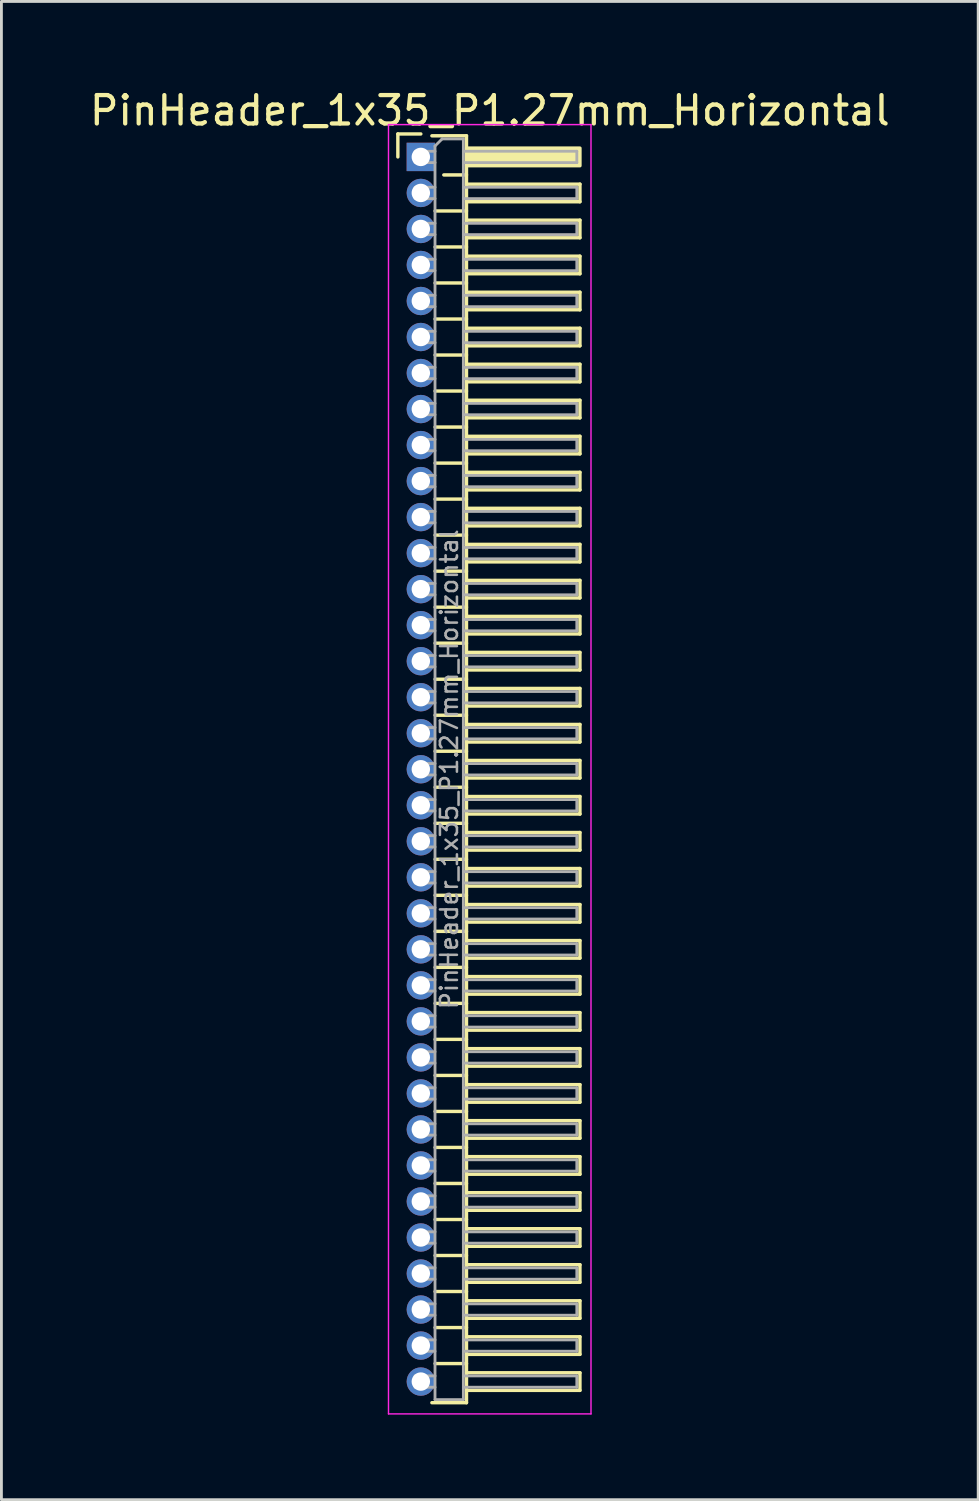
<source format=kicad_pcb>
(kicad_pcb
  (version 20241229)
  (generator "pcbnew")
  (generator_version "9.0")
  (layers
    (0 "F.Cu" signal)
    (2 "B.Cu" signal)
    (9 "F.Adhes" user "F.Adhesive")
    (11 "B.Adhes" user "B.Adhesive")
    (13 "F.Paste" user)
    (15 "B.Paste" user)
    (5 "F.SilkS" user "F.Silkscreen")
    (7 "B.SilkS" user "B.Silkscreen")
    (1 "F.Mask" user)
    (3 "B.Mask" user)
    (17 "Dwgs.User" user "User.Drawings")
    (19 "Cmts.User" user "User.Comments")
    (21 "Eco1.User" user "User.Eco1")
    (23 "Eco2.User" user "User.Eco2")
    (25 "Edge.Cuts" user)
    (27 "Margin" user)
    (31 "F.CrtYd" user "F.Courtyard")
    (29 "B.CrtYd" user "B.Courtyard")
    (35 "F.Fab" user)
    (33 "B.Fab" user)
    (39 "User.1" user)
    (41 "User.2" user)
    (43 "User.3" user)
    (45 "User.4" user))
  (footprint "PinHeader_1x35_P1.27mm_Horizontal"
    (layer "F.Cu")
    (at 11.788 2.483)
    (property "Reference" "PinHeader_1x35_P1.27mm_Horizontal" (at 2.433 -1.635 0) (layer "F.SilkS") (effects (font (size 1 1) (thickness 0.15))))
    (attr through_hole)
    (fp_line (start -0.81 -0.81) (end 0 -0.81) (stroke (width 0.12) (type solid)) (layer "F.SilkS"))
    (fp_line (start -0.81 0) (end -0.81 -0.81) (stroke (width 0.12) (type solid)) (layer "F.SilkS"))
    (fp_line (start 0.39 -0.745) (end 1.61 -0.745) (stroke (width 0.12) (type solid)) (layer "F.SilkS"))
    (fp_line (start 0.503 1.905) (end 1.61 1.905) (stroke (width 0.12) (type solid)) (layer "F.SilkS"))
    (fp_line (start 0.503 3.175) (end 1.61 3.175) (stroke (width 0.12) (type solid)) (layer "F.SilkS"))
    (fp_line (start 0.503 4.445) (end 1.61 4.445) (stroke (width 0.12) (type solid)) (layer "F.SilkS"))
    (fp_line (start 0.503 5.715) (end 1.61 5.715) (stroke (width 0.12) (type solid)) (layer "F.SilkS"))
    (fp_line (start 0.503 6.985) (end 1.61 6.985) (stroke (width 0.12) (type solid)) (layer "F.SilkS"))
    (fp_line (start 0.503 8.255) (end 1.61 8.255) (stroke (width 0.12) (type solid)) (layer "F.SilkS"))
    (fp_line (start 0.503 9.525) (end 1.61 9.525) (stroke (width 0.12) (type solid)) (layer "F.SilkS"))
    (fp_line (start 0.503 10.795) (end 1.61 10.795) (stroke (width 0.12) (type solid)) (layer "F.SilkS"))
    (fp_line (start 0.503 12.065) (end 1.61 12.065) (stroke (width 0.12) (type solid)) (layer "F.SilkS"))
    (fp_line (start 0.503 13.335) (end 1.61 13.335) (stroke (width 0.12) (type solid)) (layer "F.SilkS"))
    (fp_line (start 0.503 14.605) (end 1.61 14.605) (stroke (width 0.12) (type solid)) (layer "F.SilkS"))
    (fp_line (start 0.503 15.875) (end 1.61 15.875) (stroke (width 0.12) (type solid)) (layer "F.SilkS"))
    (fp_line (start 0.503 17.145) (end 1.61 17.145) (stroke (width 0.12) (type solid)) (layer "F.SilkS"))
    (fp_line (start 0.503 18.415) (end 1.61 18.415) (stroke (width 0.12) (type solid)) (layer "F.SilkS"))
    (fp_line (start 0.503 19.685) (end 1.61 19.685) (stroke (width 0.12) (type solid)) (layer "F.SilkS"))
    (fp_line (start 0.503 20.955) (end 1.61 20.955) (stroke (width 0.12) (type solid)) (layer "F.SilkS"))
    (fp_line (start 0.503 22.225) (end 1.61 22.225) (stroke (width 0.12) (type solid)) (layer "F.SilkS"))
    (fp_line (start 0.503 23.495) (end 1.61 23.495) (stroke (width 0.12) (type solid)) (layer "F.SilkS"))
    (fp_line (start 0.503 24.765) (end 1.61 24.765) (stroke (width 0.12) (type solid)) (layer "F.SilkS"))
    (fp_line (start 0.503 26.035) (end 1.61 26.035) (stroke (width 0.12) (type solid)) (layer "F.SilkS"))
    (fp_line (start 0.503 27.305) (end 1.61 27.305) (stroke (width 0.12) (type solid)) (layer "F.SilkS"))
    (fp_line (start 0.503 28.575) (end 1.61 28.575) (stroke (width 0.12) (type solid)) (layer "F.SilkS"))
    (fp_line (start 0.503 29.845) (end 1.61 29.845) (stroke (width 0.12) (type solid)) (layer "F.SilkS"))
    (fp_line (start 0.503 31.115) (end 1.61 31.115) (stroke (width 0.12) (type solid)) (layer "F.SilkS"))
    (fp_line (start 0.503 32.385) (end 1.61 32.385) (stroke (width 0.12) (type solid)) (layer "F.SilkS"))
    (fp_line (start 0.503 33.655) (end 1.61 33.655) (stroke (width 0.12) (type solid)) (layer "F.SilkS"))
    (fp_line (start 0.503 34.925) (end 1.61 34.925) (stroke (width 0.12) (type solid)) (layer "F.SilkS"))
    (fp_line (start 0.503 36.195) (end 1.61 36.195) (stroke (width 0.12) (type solid)) (layer "F.SilkS"))
    (fp_line (start 0.503 37.465) (end 1.61 37.465) (stroke (width 0.12) (type solid)) (layer "F.SilkS"))
    (fp_line (start 0.503 38.735) (end 1.61 38.735) (stroke (width 0.12) (type solid)) (layer "F.SilkS"))
    (fp_line (start 0.503 40.005) (end 1.61 40.005) (stroke (width 0.12) (type solid)) (layer "F.SilkS"))
    (fp_line (start 0.503 41.275) (end 1.61 41.275) (stroke (width 0.12) (type solid)) (layer "F.SilkS"))
    (fp_line (start 0.503 42.545) (end 1.61 42.545) (stroke (width 0.12) (type solid)) (layer "F.SilkS"))
    (fp_line (start 0.81 0.635) (end 1.61 0.635) (stroke (width 0.12) (type solid)) (layer "F.SilkS"))
    (fp_line (start 1.61 -0.745) (end 1.61 43.925) (stroke (width 0.12) (type solid)) (layer "F.SilkS"))
    (fp_line (start 1.61 0.96) (end 5.61 0.96) (stroke (width 0.12) (type solid)) (layer "F.SilkS"))
    (fp_line (start 1.61 2.23) (end 5.61 2.23) (stroke (width 0.12) (type solid)) (layer "F.SilkS"))
    (fp_line (start 1.61 3.5) (end 5.61 3.5) (stroke (width 0.12) (type solid)) (layer "F.SilkS"))
    (fp_line (start 1.61 4.77) (end 5.61 4.77) (stroke (width 0.12) (type solid)) (layer "F.SilkS"))
    (fp_line (start 1.61 6.04) (end 5.61 6.04) (stroke (width 0.12) (type solid)) (layer "F.SilkS"))
    (fp_line (start 1.61 7.31) (end 5.61 7.31) (stroke (width 0.12) (type solid)) (layer "F.SilkS"))
    (fp_line (start 1.61 8.58) (end 5.61 8.58) (stroke (width 0.12) (type solid)) (layer "F.SilkS"))
    (fp_line (start 1.61 9.85) (end 5.61 9.85) (stroke (width 0.12) (type solid)) (layer "F.SilkS"))
    (fp_line (start 1.61 11.12) (end 5.61 11.12) (stroke (width 0.12) (type solid)) (layer "F.SilkS"))
    (fp_line (start 1.61 12.39) (end 5.61 12.39) (stroke (width 0.12) (type solid)) (layer "F.SilkS"))
    (fp_line (start 1.61 13.66) (end 5.61 13.66) (stroke (width 0.12) (type solid)) (layer "F.SilkS"))
    (fp_line (start 1.61 14.93) (end 5.61 14.93) (stroke (width 0.12) (type solid)) (layer "F.SilkS"))
    (fp_line (start 1.61 16.2) (end 5.61 16.2) (stroke (width 0.12) (type solid)) (layer "F.SilkS"))
    (fp_line (start 1.61 17.47) (end 5.61 17.47) (stroke (width 0.12) (type solid)) (layer "F.SilkS"))
    (fp_line (start 1.61 18.74) (end 5.61 18.74) (stroke (width 0.12) (type solid)) (layer "F.SilkS"))
    (fp_line (start 1.61 20.01) (end 5.61 20.01) (stroke (width 0.12) (type solid)) (layer "F.SilkS"))
    (fp_line (start 1.61 21.28) (end 5.61 21.28) (stroke (width 0.12) (type solid)) (layer "F.SilkS"))
    (fp_line (start 1.61 22.55) (end 5.61 22.55) (stroke (width 0.12) (type solid)) (layer "F.SilkS"))
    (fp_line (start 1.61 23.82) (end 5.61 23.82) (stroke (width 0.12) (type solid)) (layer "F.SilkS"))
    (fp_line (start 1.61 25.09) (end 5.61 25.09) (stroke (width 0.12) (type solid)) (layer "F.SilkS"))
    (fp_line (start 1.61 26.36) (end 5.61 26.36) (stroke (width 0.12) (type solid)) (layer "F.SilkS"))
    (fp_line (start 1.61 27.63) (end 5.61 27.63) (stroke (width 0.12) (type solid)) (layer "F.SilkS"))
    (fp_line (start 1.61 28.9) (end 5.61 28.9) (stroke (width 0.12) (type solid)) (layer "F.SilkS"))
    (fp_line (start 1.61 30.17) (end 5.61 30.17) (stroke (width 0.12) (type solid)) (layer "F.SilkS"))
    (fp_line (start 1.61 31.44) (end 5.61 31.44) (stroke (width 0.12) (type solid)) (layer "F.SilkS"))
    (fp_line (start 1.61 32.71) (end 5.61 32.71) (stroke (width 0.12) (type solid)) (layer "F.SilkS"))
    (fp_line (start 1.61 33.98) (end 5.61 33.98) (stroke (width 0.12) (type solid)) (layer "F.SilkS"))
    (fp_line (start 1.61 35.25) (end 5.61 35.25) (stroke (width 0.12) (type solid)) (layer "F.SilkS"))
    (fp_line (start 1.61 36.52) (end 5.61 36.52) (stroke (width 0.12) (type solid)) (layer "F.SilkS"))
    (fp_line (start 1.61 37.79) (end 5.61 37.79) (stroke (width 0.12) (type solid)) (layer "F.SilkS"))
    (fp_line (start 1.61 39.06) (end 5.61 39.06) (stroke (width 0.12) (type solid)) (layer "F.SilkS"))
    (fp_line (start 1.61 40.33) (end 5.61 40.33) (stroke (width 0.12) (type solid)) (layer "F.SilkS"))
    (fp_line (start 1.61 41.6) (end 5.61 41.6) (stroke (width 0.12) (type solid)) (layer "F.SilkS"))
    (fp_line (start 1.61 42.87) (end 5.61 42.87) (stroke (width 0.12) (type solid)) (layer "F.SilkS"))
    (fp_line (start 1.61 43.925) (end 0.39 43.925) (stroke (width 0.12) (type solid)) (layer "F.SilkS"))
    (fp_line (start 5.61 0.96) (end 5.61 1.58) (stroke (width 0.12) (type solid)) (layer "F.SilkS"))
    (fp_line (start 5.61 1.58) (end 1.61 1.58) (stroke (width 0.12) (type solid)) (layer "F.SilkS"))
    (fp_line (start 5.61 2.23) (end 5.61 2.85) (stroke (width 0.12) (type solid)) (layer "F.SilkS"))
    (fp_line (start 5.61 2.85) (end 1.61 2.85) (stroke (width 0.12) (type solid)) (layer "F.SilkS"))
    (fp_line (start 5.61 3.5) (end 5.61 4.12) (stroke (width 0.12) (type solid)) (layer "F.SilkS"))
    (fp_line (start 5.61 4.12) (end 1.61 4.12) (stroke (width 0.12) (type solid)) (layer "F.SilkS"))
    (fp_line (start 5.61 4.77) (end 5.61 5.39) (stroke (width 0.12) (type solid)) (layer "F.SilkS"))
    (fp_line (start 5.61 5.39) (end 1.61 5.39) (stroke (width 0.12) (type solid)) (layer "F.SilkS"))
    (fp_line (start 5.61 6.04) (end 5.61 6.66) (stroke (width 0.12) (type solid)) (layer "F.SilkS"))
    (fp_line (start 5.61 6.66) (end 1.61 6.66) (stroke (width 0.12) (type solid)) (layer "F.SilkS"))
    (fp_line (start 5.61 7.31) (end 5.61 7.93) (stroke (width 0.12) (type solid)) (layer "F.SilkS"))
    (fp_line (start 5.61 7.93) (end 1.61 7.93) (stroke (width 0.12) (type solid)) (layer "F.SilkS"))
    (fp_line (start 5.61 8.58) (end 5.61 9.2) (stroke (width 0.12) (type solid)) (layer "F.SilkS"))
    (fp_line (start 5.61 9.2) (end 1.61 9.2) (stroke (width 0.12) (type solid)) (layer "F.SilkS"))
    (fp_line (start 5.61 9.85) (end 5.61 10.47) (stroke (width 0.12) (type solid)) (layer "F.SilkS"))
    (fp_line (start 5.61 10.47) (end 1.61 10.47) (stroke (width 0.12) (type solid)) (layer "F.SilkS"))
    (fp_line (start 5.61 11.12) (end 5.61 11.74) (stroke (width 0.12) (type solid)) (layer "F.SilkS"))
    (fp_line (start 5.61 11.74) (end 1.61 11.74) (stroke (width 0.12) (type solid)) (layer "F.SilkS"))
    (fp_line (start 5.61 12.39) (end 5.61 13.01) (stroke (width 0.12) (type solid)) (layer "F.SilkS"))
    (fp_line (start 5.61 13.01) (end 1.61 13.01) (stroke (width 0.12) (type solid)) (layer "F.SilkS"))
    (fp_line (start 5.61 13.66) (end 5.61 14.28) (stroke (width 0.12) (type solid)) (layer "F.SilkS"))
    (fp_line (start 5.61 14.28) (end 1.61 14.28) (stroke (width 0.12) (type solid)) (layer "F.SilkS"))
    (fp_line (start 5.61 14.93) (end 5.61 15.55) (stroke (width 0.12) (type solid)) (layer "F.SilkS"))
    (fp_line (start 5.61 15.55) (end 1.61 15.55) (stroke (width 0.12) (type solid)) (layer "F.SilkS"))
    (fp_line (start 5.61 16.2) (end 5.61 16.82) (stroke (width 0.12) (type solid)) (layer "F.SilkS"))
    (fp_line (start 5.61 16.82) (end 1.61 16.82) (stroke (width 0.12) (type solid)) (layer "F.SilkS"))
    (fp_line (start 5.61 17.47) (end 5.61 18.09) (stroke (width 0.12) (type solid)) (layer "F.SilkS"))
    (fp_line (start 5.61 18.09) (end 1.61 18.09) (stroke (width 0.12) (type solid)) (layer "F.SilkS"))
    (fp_line (start 5.61 18.74) (end 5.61 19.36) (stroke (width 0.12) (type solid)) (layer "F.SilkS"))
    (fp_line (start 5.61 19.36) (end 1.61 19.36) (stroke (width 0.12) (type solid)) (layer "F.SilkS"))
    (fp_line (start 5.61 20.01) (end 5.61 20.63) (stroke (width 0.12) (type solid)) (layer "F.SilkS"))
    (fp_line (start 5.61 20.63) (end 1.61 20.63) (stroke (width 0.12) (type solid)) (layer "F.SilkS"))
    (fp_line (start 5.61 21.28) (end 5.61 21.9) (stroke (width 0.12) (type solid)) (layer "F.SilkS"))
    (fp_line (start 5.61 21.9) (end 1.61 21.9) (stroke (width 0.12) (type solid)) (layer "F.SilkS"))
    (fp_line (start 5.61 22.55) (end 5.61 23.17) (stroke (width 0.12) (type solid)) (layer "F.SilkS"))
    (fp_line (start 5.61 23.17) (end 1.61 23.17) (stroke (width 0.12) (type solid)) (layer "F.SilkS"))
    (fp_line (start 5.61 23.82) (end 5.61 24.44) (stroke (width 0.12) (type solid)) (layer "F.SilkS"))
    (fp_line (start 5.61 24.44) (end 1.61 24.44) (stroke (width 0.12) (type solid)) (layer "F.SilkS"))
    (fp_line (start 5.61 25.09) (end 5.61 25.71) (stroke (width 0.12) (type solid)) (layer "F.SilkS"))
    (fp_line (start 5.61 25.71) (end 1.61 25.71) (stroke (width 0.12) (type solid)) (layer "F.SilkS"))
    (fp_line (start 5.61 26.36) (end 5.61 26.98) (stroke (width 0.12) (type solid)) (layer "F.SilkS"))
    (fp_line (start 5.61 26.98) (end 1.61 26.98) (stroke (width 0.12) (type solid)) (layer "F.SilkS"))
    (fp_line (start 5.61 27.63) (end 5.61 28.25) (stroke (width 0.12) (type solid)) (layer "F.SilkS"))
    (fp_line (start 5.61 28.25) (end 1.61 28.25) (stroke (width 0.12) (type solid)) (layer "F.SilkS"))
    (fp_line (start 5.61 28.9) (end 5.61 29.52) (stroke (width 0.12) (type solid)) (layer "F.SilkS"))
    (fp_line (start 5.61 29.52) (end 1.61 29.52) (stroke (width 0.12) (type solid)) (layer "F.SilkS"))
    (fp_line (start 5.61 30.17) (end 5.61 30.79) (stroke (width 0.12) (type solid)) (layer "F.SilkS"))
    (fp_line (start 5.61 30.79) (end 1.61 30.79) (stroke (width 0.12) (type solid)) (layer "F.SilkS"))
    (fp_line (start 5.61 31.44) (end 5.61 32.06) (stroke (width 0.12) (type solid)) (layer "F.SilkS"))
    (fp_line (start 5.61 32.06) (end 1.61 32.06) (stroke (width 0.12) (type solid)) (layer "F.SilkS"))
    (fp_line (start 5.61 32.71) (end 5.61 33.33) (stroke (width 0.12) (type solid)) (layer "F.SilkS"))
    (fp_line (start 5.61 33.33) (end 1.61 33.33) (stroke (width 0.12) (type solid)) (layer "F.SilkS"))
    (fp_line (start 5.61 33.98) (end 5.61 34.6) (stroke (width 0.12) (type solid)) (layer "F.SilkS"))
    (fp_line (start 5.61 34.6) (end 1.61 34.6) (stroke (width 0.12) (type solid)) (layer "F.SilkS"))
    (fp_line (start 5.61 35.25) (end 5.61 35.87) (stroke (width 0.12) (type solid)) (layer "F.SilkS"))
    (fp_line (start 5.61 35.87) (end 1.61 35.87) (stroke (width 0.12) (type solid)) (layer "F.SilkS"))
    (fp_line (start 5.61 36.52) (end 5.61 37.14) (stroke (width 0.12) (type solid)) (layer "F.SilkS"))
    (fp_line (start 5.61 37.14) (end 1.61 37.14) (stroke (width 0.12) (type solid)) (layer "F.SilkS"))
    (fp_line (start 5.61 37.79) (end 5.61 38.41) (stroke (width 0.12) (type solid)) (layer "F.SilkS"))
    (fp_line (start 5.61 38.41) (end 1.61 38.41) (stroke (width 0.12) (type solid)) (layer "F.SilkS"))
    (fp_line (start 5.61 39.06) (end 5.61 39.68) (stroke (width 0.12) (type solid)) (layer "F.SilkS"))
    (fp_line (start 5.61 39.68) (end 1.61 39.68) (stroke (width 0.12) (type solid)) (layer "F.SilkS"))
    (fp_line (start 5.61 40.33) (end 5.61 40.95) (stroke (width 0.12) (type solid)) (layer "F.SilkS"))
    (fp_line (start 5.61 40.95) (end 1.61 40.95) (stroke (width 0.12) (type solid)) (layer "F.SilkS"))
    (fp_line (start 5.61 41.6) (end 5.61 42.22) (stroke (width 0.12) (type solid)) (layer "F.SilkS"))
    (fp_line (start 5.61 42.22) (end 1.61 42.22) (stroke (width 0.12) (type solid)) (layer "F.SilkS"))
    (fp_line (start 5.61 42.87) (end 5.61 43.49) (stroke (width 0.12) (type solid)) (layer "F.SilkS"))
    (fp_line (start 5.61 43.49) (end 1.61 43.49) (stroke (width 0.12) (type solid)) (layer "F.SilkS"))
    (fp_rect (start 1.61 -0.31) (end 5.61 0.31) (stroke (width 0.12) (type solid)) (fill yes) (layer "F.SilkS"))
    (fp_line (start -1.14 -1.14) (end -1.14 44.32) (stroke (width 0.05) (type solid)) (layer "F.CrtYd"))
    (fp_line (start -1.14 44.32) (end 6 44.32) (stroke (width 0.05) (type solid)) (layer "F.CrtYd"))
    (fp_line (start 6 -1.14) (end -1.14 -1.14) (stroke (width 0.05) (type solid)) (layer "F.CrtYd"))
    (fp_line (start 6 44.32) (end 6 -1.14) (stroke (width 0.05) (type solid)) (layer "F.CrtYd"))
    (fp_line (start -0.2 -0.2) (end -0.2 0.2) (stroke (width 0.1) (type solid)) (layer "F.Fab"))
    (fp_line (start -0.2 -0.2) (end 0.5 -0.2) (stroke (width 0.1) (type solid)) (layer "F.Fab"))
    (fp_line (start -0.2 0.2) (end 0.5 0.2) (stroke (width 0.1) (type solid)) (layer "F.Fab"))
    (fp_line (start -0.2 1.07) (end -0.2 1.47) (stroke (width 0.1) (type solid)) (layer "F.Fab"))
    (fp_line (start -0.2 1.07) (end 0.5 1.07) (stroke (width 0.1) (type solid)) (layer "F.Fab"))
    (fp_line (start -0.2 1.47) (end 0.5 1.47) (stroke (width 0.1) (type solid)) (layer "F.Fab"))
    (fp_line (start -0.2 2.34) (end -0.2 2.74) (stroke (width 0.1) (type solid)) (layer "F.Fab"))
    (fp_line (start -0.2 2.34) (end 0.5 2.34) (stroke (width 0.1) (type solid)) (layer "F.Fab"))
    (fp_line (start -0.2 2.74) (end 0.5 2.74) (stroke (width 0.1) (type solid)) (layer "F.Fab"))
    (fp_line (start -0.2 3.61) (end -0.2 4.01) (stroke (width 0.1) (type solid)) (layer "F.Fab"))
    (fp_line (start -0.2 3.61) (end 0.5 3.61) (stroke (width 0.1) (type solid)) (layer "F.Fab"))
    (fp_line (start -0.2 4.01) (end 0.5 4.01) (stroke (width 0.1) (type solid)) (layer "F.Fab"))
    (fp_line (start -0.2 4.88) (end -0.2 5.28) (stroke (width 0.1) (type solid)) (layer "F.Fab"))
    (fp_line (start -0.2 4.88) (end 0.5 4.88) (stroke (width 0.1) (type solid)) (layer "F.Fab"))
    (fp_line (start -0.2 5.28) (end 0.5 5.28) (stroke (width 0.1) (type solid)) (layer "F.Fab"))
    (fp_line (start -0.2 6.15) (end -0.2 6.55) (stroke (width 0.1) (type solid)) (layer "F.Fab"))
    (fp_line (start -0.2 6.15) (end 0.5 6.15) (stroke (width 0.1) (type solid)) (layer "F.Fab"))
    (fp_line (start -0.2 6.55) (end 0.5 6.55) (stroke (width 0.1) (type solid)) (layer "F.Fab"))
    (fp_line (start -0.2 7.42) (end -0.2 7.82) (stroke (width 0.1) (type solid)) (layer "F.Fab"))
    (fp_line (start -0.2 7.42) (end 0.5 7.42) (stroke (width 0.1) (type solid)) (layer "F.Fab"))
    (fp_line (start -0.2 7.82) (end 0.5 7.82) (stroke (width 0.1) (type solid)) (layer "F.Fab"))
    (fp_line (start -0.2 8.69) (end -0.2 9.09) (stroke (width 0.1) (type solid)) (layer "F.Fab"))
    (fp_line (start -0.2 8.69) (end 0.5 8.69) (stroke (width 0.1) (type solid)) (layer "F.Fab"))
    (fp_line (start -0.2 9.09) (end 0.5 9.09) (stroke (width 0.1) (type solid)) (layer "F.Fab"))
    (fp_line (start -0.2 9.96) (end -0.2 10.36) (stroke (width 0.1) (type solid)) (layer "F.Fab"))
    (fp_line (start -0.2 9.96) (end 0.5 9.96) (stroke (width 0.1) (type solid)) (layer "F.Fab"))
    (fp_line (start -0.2 10.36) (end 0.5 10.36) (stroke (width 0.1) (type solid)) (layer "F.Fab"))
    (fp_line (start -0.2 11.23) (end -0.2 11.63) (stroke (width 0.1) (type solid)) (layer "F.Fab"))
    (fp_line (start -0.2 11.23) (end 0.5 11.23) (stroke (width 0.1) (type solid)) (layer "F.Fab"))
    (fp_line (start -0.2 11.63) (end 0.5 11.63) (stroke (width 0.1) (type solid)) (layer "F.Fab"))
    (fp_line (start -0.2 12.5) (end -0.2 12.9) (stroke (width 0.1) (type solid)) (layer "F.Fab"))
    (fp_line (start -0.2 12.5) (end 0.5 12.5) (stroke (width 0.1) (type solid)) (layer "F.Fab"))
    (fp_line (start -0.2 12.9) (end 0.5 12.9) (stroke (width 0.1) (type solid)) (layer "F.Fab"))
    (fp_line (start -0.2 13.77) (end -0.2 14.17) (stroke (width 0.1) (type solid)) (layer "F.Fab"))
    (fp_line (start -0.2 13.77) (end 0.5 13.77) (stroke (width 0.1) (type solid)) (layer "F.Fab"))
    (fp_line (start -0.2 14.17) (end 0.5 14.17) (stroke (width 0.1) (type solid)) (layer "F.Fab"))
    (fp_line (start -0.2 15.04) (end -0.2 15.44) (stroke (width 0.1) (type solid)) (layer "F.Fab"))
    (fp_line (start -0.2 15.04) (end 0.5 15.04) (stroke (width 0.1) (type solid)) (layer "F.Fab"))
    (fp_line (start -0.2 15.44) (end 0.5 15.44) (stroke (width 0.1) (type solid)) (layer "F.Fab"))
    (fp_line (start -0.2 16.31) (end -0.2 16.71) (stroke (width 0.1) (type solid)) (layer "F.Fab"))
    (fp_line (start -0.2 16.31) (end 0.5 16.31) (stroke (width 0.1) (type solid)) (layer "F.Fab"))
    (fp_line (start -0.2 16.71) (end 0.5 16.71) (stroke (width 0.1) (type solid)) (layer "F.Fab"))
    (fp_line (start -0.2 17.58) (end -0.2 17.98) (stroke (width 0.1) (type solid)) (layer "F.Fab"))
    (fp_line (start -0.2 17.58) (end 0.5 17.58) (stroke (width 0.1) (type solid)) (layer "F.Fab"))
    (fp_line (start -0.2 17.98) (end 0.5 17.98) (stroke (width 0.1) (type solid)) (layer "F.Fab"))
    (fp_line (start -0.2 18.85) (end -0.2 19.25) (stroke (width 0.1) (type solid)) (layer "F.Fab"))
    (fp_line (start -0.2 18.85) (end 0.5 18.85) (stroke (width 0.1) (type solid)) (layer "F.Fab"))
    (fp_line (start -0.2 19.25) (end 0.5 19.25) (stroke (width 0.1) (type solid)) (layer "F.Fab"))
    (fp_line (start -0.2 20.12) (end -0.2 20.52) (stroke (width 0.1) (type solid)) (layer "F.Fab"))
    (fp_line (start -0.2 20.12) (end 0.5 20.12) (stroke (width 0.1) (type solid)) (layer "F.Fab"))
    (fp_line (start -0.2 20.52) (end 0.5 20.52) (stroke (width 0.1) (type solid)) (layer "F.Fab"))
    (fp_line (start -0.2 21.39) (end -0.2 21.79) (stroke (width 0.1) (type solid)) (layer "F.Fab"))
    (fp_line (start -0.2 21.39) (end 0.5 21.39) (stroke (width 0.1) (type solid)) (layer "F.Fab"))
    (fp_line (start -0.2 21.79) (end 0.5 21.79) (stroke (width 0.1) (type solid)) (layer "F.Fab"))
    (fp_line (start -0.2 22.66) (end -0.2 23.06) (stroke (width 0.1) (type solid)) (layer "F.Fab"))
    (fp_line (start -0.2 22.66) (end 0.5 22.66) (stroke (width 0.1) (type solid)) (layer "F.Fab"))
    (fp_line (start -0.2 23.06) (end 0.5 23.06) (stroke (width 0.1) (type solid)) (layer "F.Fab"))
    (fp_line (start -0.2 23.93) (end -0.2 24.33) (stroke (width 0.1) (type solid)) (layer "F.Fab"))
    (fp_line (start -0.2 23.93) (end 0.5 23.93) (stroke (width 0.1) (type solid)) (layer "F.Fab"))
    (fp_line (start -0.2 24.33) (end 0.5 24.33) (stroke (width 0.1) (type solid)) (layer "F.Fab"))
    (fp_line (start -0.2 25.2) (end -0.2 25.6) (stroke (width 0.1) (type solid)) (layer "F.Fab"))
    (fp_line (start -0.2 25.2) (end 0.5 25.2) (stroke (width 0.1) (type solid)) (layer "F.Fab"))
    (fp_line (start -0.2 25.6) (end 0.5 25.6) (stroke (width 0.1) (type solid)) (layer "F.Fab"))
    (fp_line (start -0.2 26.47) (end -0.2 26.87) (stroke (width 0.1) (type solid)) (layer "F.Fab"))
    (fp_line (start -0.2 26.47) (end 0.5 26.47) (stroke (width 0.1) (type solid)) (layer "F.Fab"))
    (fp_line (start -0.2 26.87) (end 0.5 26.87) (stroke (width 0.1) (type solid)) (layer "F.Fab"))
    (fp_line (start -0.2 27.74) (end -0.2 28.14) (stroke (width 0.1) (type solid)) (layer "F.Fab"))
    (fp_line (start -0.2 27.74) (end 0.5 27.74) (stroke (width 0.1) (type solid)) (layer "F.Fab"))
    (fp_line (start -0.2 28.14) (end 0.5 28.14) (stroke (width 0.1) (type solid)) (layer "F.Fab"))
    (fp_line (start -0.2 29.01) (end -0.2 29.41) (stroke (width 0.1) (type solid)) (layer "F.Fab"))
    (fp_line (start -0.2 29.01) (end 0.5 29.01) (stroke (width 0.1) (type solid)) (layer "F.Fab"))
    (fp_line (start -0.2 29.41) (end 0.5 29.41) (stroke (width 0.1) (type solid)) (layer "F.Fab"))
    (fp_line (start -0.2 30.28) (end -0.2 30.68) (stroke (width 0.1) (type solid)) (layer "F.Fab"))
    (fp_line (start -0.2 30.28) (end 0.5 30.28) (stroke (width 0.1) (type solid)) (layer "F.Fab"))
    (fp_line (start -0.2 30.68) (end 0.5 30.68) (stroke (width 0.1) (type solid)) (layer "F.Fab"))
    (fp_line (start -0.2 31.55) (end -0.2 31.95) (stroke (width 0.1) (type solid)) (layer "F.Fab"))
    (fp_line (start -0.2 31.55) (end 0.5 31.55) (stroke (width 0.1) (type solid)) (layer "F.Fab"))
    (fp_line (start -0.2 31.95) (end 0.5 31.95) (stroke (width 0.1) (type solid)) (layer "F.Fab"))
    (fp_line (start -0.2 32.82) (end -0.2 33.22) (stroke (width 0.1) (type solid)) (layer "F.Fab"))
    (fp_line (start -0.2 32.82) (end 0.5 32.82) (stroke (width 0.1) (type solid)) (layer "F.Fab"))
    (fp_line (start -0.2 33.22) (end 0.5 33.22) (stroke (width 0.1) (type solid)) (layer "F.Fab"))
    (fp_line (start -0.2 34.09) (end -0.2 34.49) (stroke (width 0.1) (type solid)) (layer "F.Fab"))
    (fp_line (start -0.2 34.09) (end 0.5 34.09) (stroke (width 0.1) (type solid)) (layer "F.Fab"))
    (fp_line (start -0.2 34.49) (end 0.5 34.49) (stroke (width 0.1) (type solid)) (layer "F.Fab"))
    (fp_line (start -0.2 35.36) (end -0.2 35.76) (stroke (width 0.1) (type solid)) (layer "F.Fab"))
    (fp_line (start -0.2 35.36) (end 0.5 35.36) (stroke (width 0.1) (type solid)) (layer "F.Fab"))
    (fp_line (start -0.2 35.76) (end 0.5 35.76) (stroke (width 0.1) (type solid)) (layer "F.Fab"))
    (fp_line (start -0.2 36.63) (end -0.2 37.03) (stroke (width 0.1) (type solid)) (layer "F.Fab"))
    (fp_line (start -0.2 36.63) (end 0.5 36.63) (stroke (width 0.1) (type solid)) (layer "F.Fab"))
    (fp_line (start -0.2 37.03) (end 0.5 37.03) (stroke (width 0.1) (type solid)) (layer "F.Fab"))
    (fp_line (start -0.2 37.9) (end -0.2 38.3) (stroke (width 0.1) (type solid)) (layer "F.Fab"))
    (fp_line (start -0.2 37.9) (end 0.5 37.9) (stroke (width 0.1) (type solid)) (layer "F.Fab"))
    (fp_line (start -0.2 38.3) (end 0.5 38.3) (stroke (width 0.1) (type solid)) (layer "F.Fab"))
    (fp_line (start -0.2 39.17) (end -0.2 39.57) (stroke (width 0.1) (type solid)) (layer "F.Fab"))
    (fp_line (start -0.2 39.17) (end 0.5 39.17) (stroke (width 0.1) (type solid)) (layer "F.Fab"))
    (fp_line (start -0.2 39.57) (end 0.5 39.57) (stroke (width 0.1) (type solid)) (layer "F.Fab"))
    (fp_line (start -0.2 40.44) (end -0.2 40.84) (stroke (width 0.1) (type solid)) (layer "F.Fab"))
    (fp_line (start -0.2 40.44) (end 0.5 40.44) (stroke (width 0.1) (type solid)) (layer "F.Fab"))
    (fp_line (start -0.2 40.84) (end 0.5 40.84) (stroke (width 0.1) (type solid)) (layer "F.Fab"))
    (fp_line (start -0.2 41.71) (end -0.2 42.11) (stroke (width 0.1) (type solid)) (layer "F.Fab"))
    (fp_line (start -0.2 41.71) (end 0.5 41.71) (stroke (width 0.1) (type solid)) (layer "F.Fab"))
    (fp_line (start -0.2 42.11) (end 0.5 42.11) (stroke (width 0.1) (type solid)) (layer "F.Fab"))
    (fp_line (start -0.2 42.98) (end -0.2 43.38) (stroke (width 0.1) (type solid)) (layer "F.Fab"))
    (fp_line (start -0.2 42.98) (end 0.5 42.98) (stroke (width 0.1) (type solid)) (layer "F.Fab"))
    (fp_line (start -0.2 43.38) (end 0.5 43.38) (stroke (width 0.1) (type solid)) (layer "F.Fab"))
    (fp_line (start 0.5 -0.385) (end 0.75 -0.635) (stroke (width 0.1) (type solid)) (layer "F.Fab"))
    (fp_line (start 0.5 43.815) (end 0.5 -0.385) (stroke (width 0.1) (type solid)) (layer "F.Fab"))
    (fp_line (start 0.75 -0.635) (end 1.5 -0.635) (stroke (width 0.1) (type solid)) (layer "F.Fab"))
    (fp_line (start 1.5 -0.635) (end 1.5 43.815) (stroke (width 0.1) (type solid)) (layer "F.Fab"))
    (fp_line (start 1.5 -0.2) (end 5.5 -0.2) (stroke (width 0.1) (type solid)) (layer "F.Fab"))
    (fp_line (start 1.5 0.2) (end 5.5 0.2) (stroke (width 0.1) (type solid)) (layer "F.Fab"))
    (fp_line (start 1.5 1.07) (end 5.5 1.07) (stroke (width 0.1) (type solid)) (layer "F.Fab"))
    (fp_line (start 1.5 1.47) (end 5.5 1.47) (stroke (width 0.1) (type solid)) (layer "F.Fab"))
    (fp_line (start 1.5 2.34) (end 5.5 2.34) (stroke (width 0.1) (type solid)) (layer "F.Fab"))
    (fp_line (start 1.5 2.74) (end 5.5 2.74) (stroke (width 0.1) (type solid)) (layer "F.Fab"))
    (fp_line (start 1.5 3.61) (end 5.5 3.61) (stroke (width 0.1) (type solid)) (layer "F.Fab"))
    (fp_line (start 1.5 4.01) (end 5.5 4.01) (stroke (width 0.1) (type solid)) (layer "F.Fab"))
    (fp_line (start 1.5 4.88) (end 5.5 4.88) (stroke (width 0.1) (type solid)) (layer "F.Fab"))
    (fp_line (start 1.5 5.28) (end 5.5 5.28) (stroke (width 0.1) (type solid)) (layer "F.Fab"))
    (fp_line (start 1.5 6.15) (end 5.5 6.15) (stroke (width 0.1) (type solid)) (layer "F.Fab"))
    (fp_line (start 1.5 6.55) (end 5.5 6.55) (stroke (width 0.1) (type solid)) (layer "F.Fab"))
    (fp_line (start 1.5 7.42) (end 5.5 7.42) (stroke (width 0.1) (type solid)) (layer "F.Fab"))
    (fp_line (start 1.5 7.82) (end 5.5 7.82) (stroke (width 0.1) (type solid)) (layer "F.Fab"))
    (fp_line (start 1.5 8.69) (end 5.5 8.69) (stroke (width 0.1) (type solid)) (layer "F.Fab"))
    (fp_line (start 1.5 9.09) (end 5.5 9.09) (stroke (width 0.1) (type solid)) (layer "F.Fab"))
    (fp_line (start 1.5 9.96) (end 5.5 9.96) (stroke (width 0.1) (type solid)) (layer "F.Fab"))
    (fp_line (start 1.5 10.36) (end 5.5 10.36) (stroke (width 0.1) (type solid)) (layer "F.Fab"))
    (fp_line (start 1.5 11.23) (end 5.5 11.23) (stroke (width 0.1) (type solid)) (layer "F.Fab"))
    (fp_line (start 1.5 11.63) (end 5.5 11.63) (stroke (width 0.1) (type solid)) (layer "F.Fab"))
    (fp_line (start 1.5 12.5) (end 5.5 12.5) (stroke (width 0.1) (type solid)) (layer "F.Fab"))
    (fp_line (start 1.5 12.9) (end 5.5 12.9) (stroke (width 0.1) (type solid)) (layer "F.Fab"))
    (fp_line (start 1.5 13.77) (end 5.5 13.77) (stroke (width 0.1) (type solid)) (layer "F.Fab"))
    (fp_line (start 1.5 14.17) (end 5.5 14.17) (stroke (width 0.1) (type solid)) (layer "F.Fab"))
    (fp_line (start 1.5 15.04) (end 5.5 15.04) (stroke (width 0.1) (type solid)) (layer "F.Fab"))
    (fp_line (start 1.5 15.44) (end 5.5 15.44) (stroke (width 0.1) (type solid)) (layer "F.Fab"))
    (fp_line (start 1.5 16.31) (end 5.5 16.31) (stroke (width 0.1) (type solid)) (layer "F.Fab"))
    (fp_line (start 1.5 16.71) (end 5.5 16.71) (stroke (width 0.1) (type solid)) (layer "F.Fab"))
    (fp_line (start 1.5 17.58) (end 5.5 17.58) (stroke (width 0.1) (type solid)) (layer "F.Fab"))
    (fp_line (start 1.5 17.98) (end 5.5 17.98) (stroke (width 0.1) (type solid)) (layer "F.Fab"))
    (fp_line (start 1.5 18.85) (end 5.5 18.85) (stroke (width 0.1) (type solid)) (layer "F.Fab"))
    (fp_line (start 1.5 19.25) (end 5.5 19.25) (stroke (width 0.1) (type solid)) (layer "F.Fab"))
    (fp_line (start 1.5 20.12) (end 5.5 20.12) (stroke (width 0.1) (type solid)) (layer "F.Fab"))
    (fp_line (start 1.5 20.52) (end 5.5 20.52) (stroke (width 0.1) (type solid)) (layer "F.Fab"))
    (fp_line (start 1.5 21.39) (end 5.5 21.39) (stroke (width 0.1) (type solid)) (layer "F.Fab"))
    (fp_line (start 1.5 21.79) (end 5.5 21.79) (stroke (width 0.1) (type solid)) (layer "F.Fab"))
    (fp_line (start 1.5 22.66) (end 5.5 22.66) (stroke (width 0.1) (type solid)) (layer "F.Fab"))
    (fp_line (start 1.5 23.06) (end 5.5 23.06) (stroke (width 0.1) (type solid)) (layer "F.Fab"))
    (fp_line (start 1.5 23.93) (end 5.5 23.93) (stroke (width 0.1) (type solid)) (layer "F.Fab"))
    (fp_line (start 1.5 24.33) (end 5.5 24.33) (stroke (width 0.1) (type solid)) (layer "F.Fab"))
    (fp_line (start 1.5 25.2) (end 5.5 25.2) (stroke (width 0.1) (type solid)) (layer "F.Fab"))
    (fp_line (start 1.5 25.6) (end 5.5 25.6) (stroke (width 0.1) (type solid)) (layer "F.Fab"))
    (fp_line (start 1.5 26.47) (end 5.5 26.47) (stroke (width 0.1) (type solid)) (layer "F.Fab"))
    (fp_line (start 1.5 26.87) (end 5.5 26.87) (stroke (width 0.1) (type solid)) (layer "F.Fab"))
    (fp_line (start 1.5 27.74) (end 5.5 27.74) (stroke (width 0.1) (type solid)) (layer "F.Fab"))
    (fp_line (start 1.5 28.14) (end 5.5 28.14) (stroke (width 0.1) (type solid)) (layer "F.Fab"))
    (fp_line (start 1.5 29.01) (end 5.5 29.01) (stroke (width 0.1) (type solid)) (layer "F.Fab"))
    (fp_line (start 1.5 29.41) (end 5.5 29.41) (stroke (width 0.1) (type solid)) (layer "F.Fab"))
    (fp_line (start 1.5 30.28) (end 5.5 30.28) (stroke (width 0.1) (type solid)) (layer "F.Fab"))
    (fp_line (start 1.5 30.68) (end 5.5 30.68) (stroke (width 0.1) (type solid)) (layer "F.Fab"))
    (fp_line (start 1.5 31.55) (end 5.5 31.55) (stroke (width 0.1) (type solid)) (layer "F.Fab"))
    (fp_line (start 1.5 31.95) (end 5.5 31.95) (stroke (width 0.1) (type solid)) (layer "F.Fab"))
    (fp_line (start 1.5 32.82) (end 5.5 32.82) (stroke (width 0.1) (type solid)) (layer "F.Fab"))
    (fp_line (start 1.5 33.22) (end 5.5 33.22) (stroke (width 0.1) (type solid)) (layer "F.Fab"))
    (fp_line (start 1.5 34.09) (end 5.5 34.09) (stroke (width 0.1) (type solid)) (layer "F.Fab"))
    (fp_line (start 1.5 34.49) (end 5.5 34.49) (stroke (width 0.1) (type solid)) (layer "F.Fab"))
    (fp_line (start 1.5 35.36) (end 5.5 35.36) (stroke (width 0.1) (type solid)) (layer "F.Fab"))
    (fp_line (start 1.5 35.76) (end 5.5 35.76) (stroke (width 0.1) (type solid)) (layer "F.Fab"))
    (fp_line (start 1.5 36.63) (end 5.5 36.63) (stroke (width 0.1) (type solid)) (layer "F.Fab"))
    (fp_line (start 1.5 37.03) (end 5.5 37.03) (stroke (width 0.1) (type solid)) (layer "F.Fab"))
    (fp_line (start 1.5 37.9) (end 5.5 37.9) (stroke (width 0.1) (type solid)) (layer "F.Fab"))
    (fp_line (start 1.5 38.3) (end 5.5 38.3) (stroke (width 0.1) (type solid)) (layer "F.Fab"))
    (fp_line (start 1.5 39.17) (end 5.5 39.17) (stroke (width 0.1) (type solid)) (layer "F.Fab"))
    (fp_line (start 1.5 39.57) (end 5.5 39.57) (stroke (width 0.1) (type solid)) (layer "F.Fab"))
    (fp_line (start 1.5 40.44) (end 5.5 40.44) (stroke (width 0.1) (type solid)) (layer "F.Fab"))
    (fp_line (start 1.5 40.84) (end 5.5 40.84) (stroke (width 0.1) (type solid)) (layer "F.Fab"))
    (fp_line (start 1.5 41.71) (end 5.5 41.71) (stroke (width 0.1) (type solid)) (layer "F.Fab"))
    (fp_line (start 1.5 42.11) (end 5.5 42.11) (stroke (width 0.1) (type solid)) (layer "F.Fab"))
    (fp_line (start 1.5 42.98) (end 5.5 42.98) (stroke (width 0.1) (type solid)) (layer "F.Fab"))
    (fp_line (start 1.5 43.38) (end 5.5 43.38) (stroke (width 0.1) (type solid)) (layer "F.Fab"))
    (fp_line (start 1.5 43.815) (end 0.5 43.815) (stroke (width 0.1) (type solid)) (layer "F.Fab"))
    (fp_line (start 5.5 -0.2) (end 5.5 0.2) (stroke (width 0.1) (type solid)) (layer "F.Fab"))
    (fp_line (start 5.5 1.07) (end 5.5 1.47) (stroke (width 0.1) (type solid)) (layer "F.Fab"))
    (fp_line (start 5.5 2.34) (end 5.5 2.74) (stroke (width 0.1) (type solid)) (layer "F.Fab"))
    (fp_line (start 5.5 3.61) (end 5.5 4.01) (stroke (width 0.1) (type solid)) (layer "F.Fab"))
    (fp_line (start 5.5 4.88) (end 5.5 5.28) (stroke (width 0.1) (type solid)) (layer "F.Fab"))
    (fp_line (start 5.5 6.15) (end 5.5 6.55) (stroke (width 0.1) (type solid)) (layer "F.Fab"))
    (fp_line (start 5.5 7.42) (end 5.5 7.82) (stroke (width 0.1) (type solid)) (layer "F.Fab"))
    (fp_line (start 5.5 8.69) (end 5.5 9.09) (stroke (width 0.1) (type solid)) (layer "F.Fab"))
    (fp_line (start 5.5 9.96) (end 5.5 10.36) (stroke (width 0.1) (type solid)) (layer "F.Fab"))
    (fp_line (start 5.5 11.23) (end 5.5 11.63) (stroke (width 0.1) (type solid)) (layer "F.Fab"))
    (fp_line (start 5.5 12.5) (end 5.5 12.9) (stroke (width 0.1) (type solid)) (layer "F.Fab"))
    (fp_line (start 5.5 13.77) (end 5.5 14.17) (stroke (width 0.1) (type solid)) (layer "F.Fab"))
    (fp_line (start 5.5 15.04) (end 5.5 15.44) (stroke (width 0.1) (type solid)) (layer "F.Fab"))
    (fp_line (start 5.5 16.31) (end 5.5 16.71) (stroke (width 0.1) (type solid)) (layer "F.Fab"))
    (fp_line (start 5.5 17.58) (end 5.5 17.98) (stroke (width 0.1) (type solid)) (layer "F.Fab"))
    (fp_line (start 5.5 18.85) (end 5.5 19.25) (stroke (width 0.1) (type solid)) (layer "F.Fab"))
    (fp_line (start 5.5 20.12) (end 5.5 20.52) (stroke (width 0.1) (type solid)) (layer "F.Fab"))
    (fp_line (start 5.5 21.39) (end 5.5 21.79) (stroke (width 0.1) (type solid)) (layer "F.Fab"))
    (fp_line (start 5.5 22.66) (end 5.5 23.06) (stroke (width 0.1) (type solid)) (layer "F.Fab"))
    (fp_line (start 5.5 23.93) (end 5.5 24.33) (stroke (width 0.1) (type solid)) (layer "F.Fab"))
    (fp_line (start 5.5 25.2) (end 5.5 25.6) (stroke (width 0.1) (type solid)) (layer "F.Fab"))
    (fp_line (start 5.5 26.47) (end 5.5 26.87) (stroke (width 0.1) (type solid)) (layer "F.Fab"))
    (fp_line (start 5.5 27.74) (end 5.5 28.14) (stroke (width 0.1) (type solid)) (layer "F.Fab"))
    (fp_line (start 5.5 29.01) (end 5.5 29.41) (stroke (width 0.1) (type solid)) (layer "F.Fab"))
    (fp_line (start 5.5 30.28) (end 5.5 30.68) (stroke (width 0.1) (type solid)) (layer "F.Fab"))
    (fp_line (start 5.5 31.55) (end 5.5 31.95) (stroke (width 0.1) (type solid)) (layer "F.Fab"))
    (fp_line (start 5.5 32.82) (end 5.5 33.22) (stroke (width 0.1) (type solid)) (layer "F.Fab"))
    (fp_line (start 5.5 34.09) (end 5.5 34.49) (stroke (width 0.1) (type solid)) (layer "F.Fab"))
    (fp_line (start 5.5 35.36) (end 5.5 35.76) (stroke (width 0.1) (type solid)) (layer "F.Fab"))
    (fp_line (start 5.5 36.63) (end 5.5 37.03) (stroke (width 0.1) (type solid)) (layer "F.Fab"))
    (fp_line (start 5.5 37.9) (end 5.5 38.3) (stroke (width 0.1) (type solid)) (layer "F.Fab"))
    (fp_line (start 5.5 39.17) (end 5.5 39.57) (stroke (width 0.1) (type solid)) (layer "F.Fab"))
    (fp_line (start 5.5 40.44) (end 5.5 40.84) (stroke (width 0.1) (type solid)) (layer "F.Fab"))
    (fp_line (start 5.5 41.71) (end 5.5 42.11) (stroke (width 0.1) (type solid)) (layer "F.Fab"))
    (fp_line (start 5.5 42.98) (end 5.5 43.38) (stroke (width 0.1) (type solid)) (layer "F.Fab"))
    (fp_text user "${REFERENCE}" (at 1 21.59 90) (layer "F.Fab") (effects (font (size 0.6 0.6) (thickness 0.09))))
    (pad "1" thru_hole rect (at 0 0) (size 1 1) (drill 0.65) (layers "*.Cu" "*.Mask"))
    (pad "2" thru_hole circle (at 0 1.27) (size 1 1) (drill 0.65) (layers "*.Cu" "*.Mask"))
    (pad "3" thru_hole circle (at 0 2.54) (size 1 1) (drill 0.65) (layers "*.Cu" "*.Mask"))
    (pad "4" thru_hole circle (at 0 3.81) (size 1 1) (drill 0.65) (layers "*.Cu" "*.Mask"))
    (pad "5" thru_hole circle (at 0 5.08) (size 1 1) (drill 0.65) (layers "*.Cu" "*.Mask"))
    (pad "6" thru_hole circle (at 0 6.35) (size 1 1) (drill 0.65) (layers "*.Cu" "*.Mask"))
    (pad "7" thru_hole circle (at 0 7.62) (size 1 1) (drill 0.65) (layers "*.Cu" "*.Mask"))
    (pad "8" thru_hole circle (at 0 8.89) (size 1 1) (drill 0.65) (layers "*.Cu" "*.Mask"))
    (pad "9" thru_hole circle (at 0 10.16) (size 1 1) (drill 0.65) (layers "*.Cu" "*.Mask"))
    (pad "10" thru_hole circle (at 0 11.43) (size 1 1) (drill 0.65) (layers "*.Cu" "*.Mask"))
    (pad "11" thru_hole circle (at 0 12.7) (size 1 1) (drill 0.65) (layers "*.Cu" "*.Mask"))
    (pad "12" thru_hole circle (at 0 13.97) (size 1 1) (drill 0.65) (layers "*.Cu" "*.Mask"))
    (pad "13" thru_hole circle (at 0 15.24) (size 1 1) (drill 0.65) (layers "*.Cu" "*.Mask"))
    (pad "14" thru_hole circle (at 0 16.51) (size 1 1) (drill 0.65) (layers "*.Cu" "*.Mask"))
    (pad "15" thru_hole circle (at 0 17.78) (size 1 1) (drill 0.65) (layers "*.Cu" "*.Mask"))
    (pad "16" thru_hole circle (at 0 19.05) (size 1 1) (drill 0.65) (layers "*.Cu" "*.Mask"))
    (pad "17" thru_hole circle (at 0 20.32) (size 1 1) (drill 0.65) (layers "*.Cu" "*.Mask"))
    (pad "18" thru_hole circle (at 0 21.59) (size 1 1) (drill 0.65) (layers "*.Cu" "*.Mask"))
    (pad "19" thru_hole circle (at 0 22.86) (size 1 1) (drill 0.65) (layers "*.Cu" "*.Mask"))
    (pad "20" thru_hole circle (at 0 24.13) (size 1 1) (drill 0.65) (layers "*.Cu" "*.Mask"))
    (pad "21" thru_hole circle (at 0 25.4) (size 1 1) (drill 0.65) (layers "*.Cu" "*.Mask"))
    (pad "22" thru_hole circle (at 0 26.67) (size 1 1) (drill 0.65) (layers "*.Cu" "*.Mask"))
    (pad "23" thru_hole circle (at 0 27.94) (size 1 1) (drill 0.65) (layers "*.Cu" "*.Mask"))
    (pad "24" thru_hole circle (at 0 29.21) (size 1 1) (drill 0.65) (layers "*.Cu" "*.Mask"))
    (pad "25" thru_hole circle (at 0 30.48) (size 1 1) (drill 0.65) (layers "*.Cu" "*.Mask"))
    (pad "26" thru_hole circle (at 0 31.75) (size 1 1) (drill 0.65) (layers "*.Cu" "*.Mask"))
    (pad "27" thru_hole circle (at 0 33.02) (size 1 1) (drill 0.65) (layers "*.Cu" "*.Mask"))
    (pad "28" thru_hole circle (at 0 34.29) (size 1 1) (drill 0.65) (layers "*.Cu" "*.Mask"))
    (pad "29" thru_hole circle (at 0 35.56) (size 1 1) (drill 0.65) (layers "*.Cu" "*.Mask"))
    (pad "30" thru_hole circle (at 0 36.83) (size 1 1) (drill 0.65) (layers "*.Cu" "*.Mask"))
    (pad "31" thru_hole circle (at 0 38.1) (size 1 1) (drill 0.65) (layers "*.Cu" "*.Mask"))
    (pad "32" thru_hole circle (at 0 39.37) (size 1 1) (drill 0.65) (layers "*.Cu" "*.Mask"))
    (pad "33" thru_hole circle (at 0 40.64) (size 1 1) (drill 0.65) (layers "*.Cu" "*.Mask"))
    (pad "34" thru_hole circle (at 0 41.91) (size 1 1) (drill 0.65) (layers "*.Cu" "*.Mask"))
    (pad "35" thru_hole circle (at 0 43.18) (size 1 1) (drill 0.65) (layers "*.Cu" "*.Mask")))
  (gr_rect
    (start -3 -3)
    (end 31.44 49.828)
    (stroke (width 0.1) (type default))
    (fill no)
    (layer "Edge.Cuts")))
</source>
